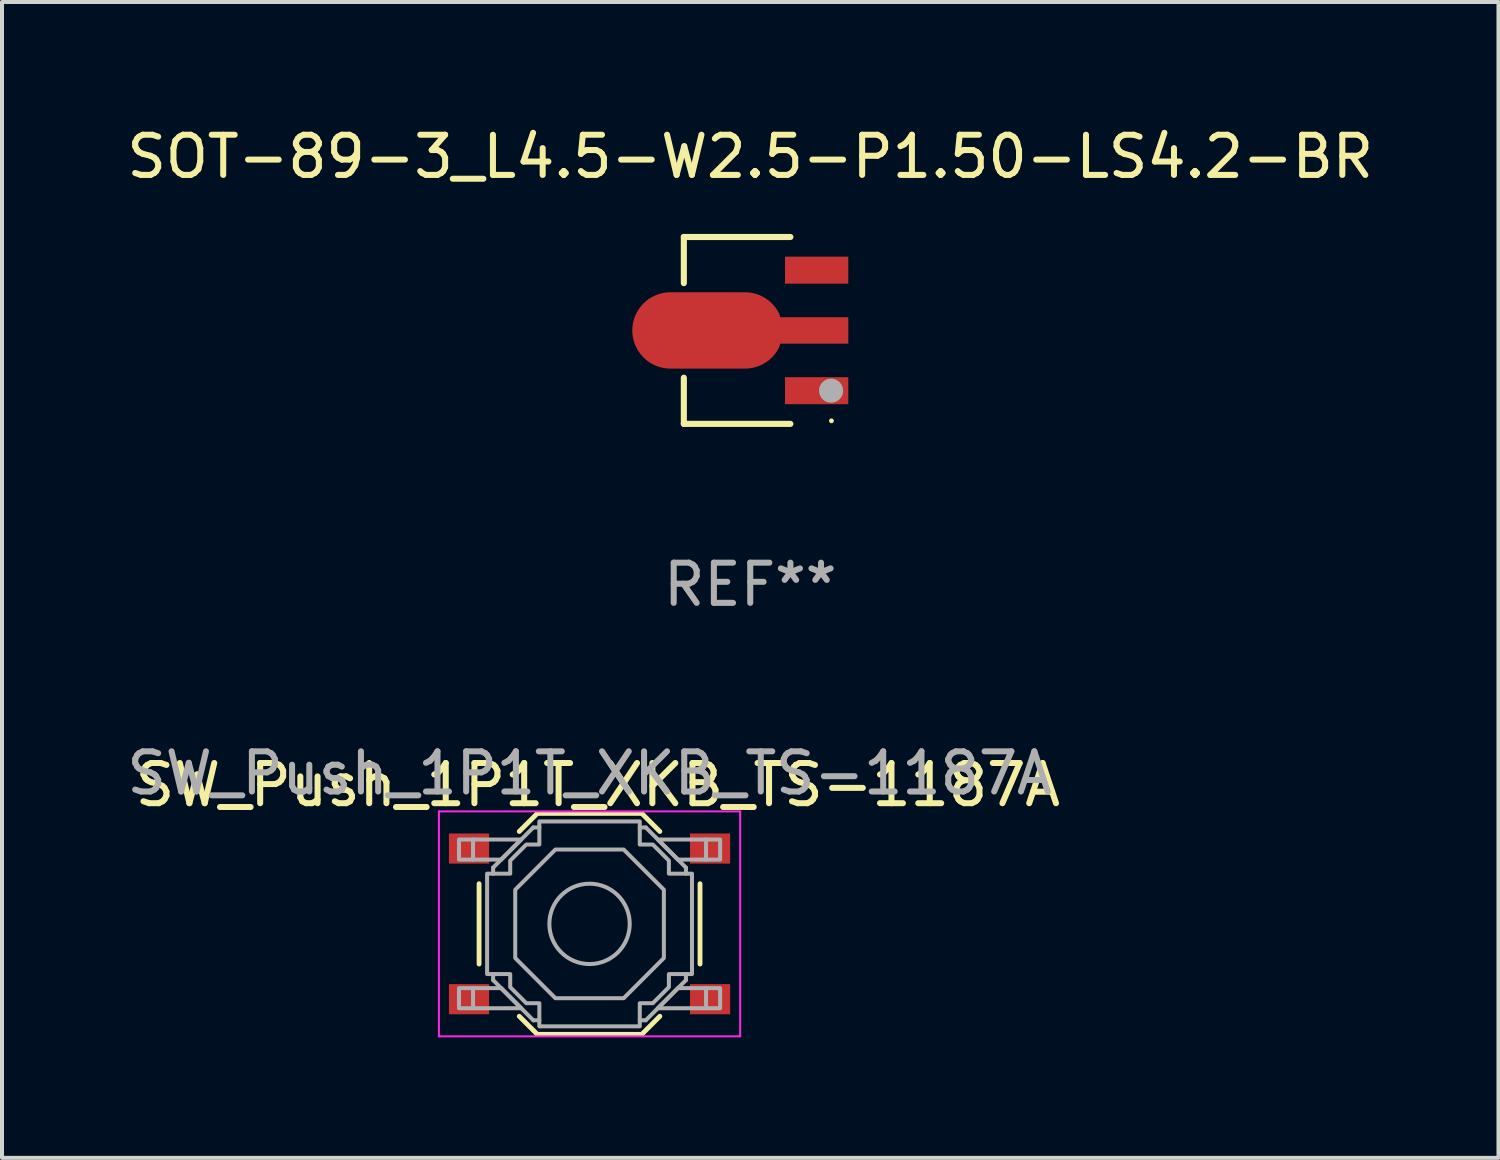
<source format=kicad_pcb>
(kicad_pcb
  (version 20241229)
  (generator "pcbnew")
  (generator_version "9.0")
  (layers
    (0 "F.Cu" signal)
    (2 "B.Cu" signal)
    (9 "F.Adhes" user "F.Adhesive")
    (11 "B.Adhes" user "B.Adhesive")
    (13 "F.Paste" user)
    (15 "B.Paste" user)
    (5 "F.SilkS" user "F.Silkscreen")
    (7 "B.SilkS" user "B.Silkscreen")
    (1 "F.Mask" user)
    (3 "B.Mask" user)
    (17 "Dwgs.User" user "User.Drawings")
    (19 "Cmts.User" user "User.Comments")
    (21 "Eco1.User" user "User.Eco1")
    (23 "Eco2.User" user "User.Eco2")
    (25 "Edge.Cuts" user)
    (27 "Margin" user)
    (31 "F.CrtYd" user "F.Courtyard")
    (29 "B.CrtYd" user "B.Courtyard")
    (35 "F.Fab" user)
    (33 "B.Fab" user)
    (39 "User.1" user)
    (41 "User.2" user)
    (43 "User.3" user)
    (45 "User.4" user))
  (footprint "SW_Push_1P1T_XKB_TS-1187A"
    (layer "F.Cu")
    (at 11.625 19.947)
    (property "Reference" "SW_Push_1P1T_XKB_TS-1187A" (at 0.206 -3.459 180) (layer "F.SilkS") (effects (font (size 1 1) (thickness 0.15))))
    (attr smd)
    (fp_line (start -2.75 -1) (end -2.75 1) (stroke (width 0.12) (type solid)) (layer "F.SilkS"))
    (fp_line (start -1.75 -2.3) (end -1.3 -2.75) (stroke (width 0.12) (type solid)) (layer "F.SilkS"))
    (fp_line (start -1.75 2.3) (end -1.3 2.75) (stroke (width 0.12) (type solid)) (layer "F.SilkS"))
    (fp_line (start -1.3 -2.75) (end 1.3 -2.75) (stroke (width 0.12) (type solid)) (layer "F.SilkS"))
    (fp_line (start -1.3 2.75) (end 1.3 2.75) (stroke (width 0.12) (type solid)) (layer "F.SilkS"))
    (fp_line (start 1.75 -2.3) (end 1.3 -2.75) (stroke (width 0.12) (type solid)) (layer "F.SilkS"))
    (fp_line (start 1.75 2.3) (end 1.3 2.75) (stroke (width 0.12) (type solid)) (layer "F.SilkS"))
    (fp_line (start 2.75 -1) (end 2.75 1) (stroke (width 0.12) (type solid)) (layer "F.SilkS"))
    (fp_line (start -3.75 -2.8) (end 3.75 -2.8) (stroke (width 0.05) (type solid)) (layer "F.CrtYd"))
    (fp_line (start -3.75 2.8) (end -3.75 -2.8) (stroke (width 0.05) (type solid)) (layer "F.CrtYd"))
    (fp_line (start 3.75 -2.8) (end 3.75 2.8) (stroke (width 0.05) (type solid)) (layer "F.CrtYd"))
    (fp_line (start 3.75 2.8) (end -3.75 2.8) (stroke (width 0.05) (type solid)) (layer "F.CrtYd"))
    (fp_line (start -2.9 2.1) (end -2.9 1.6) (stroke (width 0.1) (type solid)) (layer "F.Fab"))
    (fp_line (start -2.9 -2.1) (end -2.9 -1.6) (stroke (width 0.1) (type solid)) (layer "F.Fab"))
    (fp_line (start -2.4 -1.25) (end -2.4 -1.4) (stroke (width 0.1) (type solid)) (layer "F.Fab"))
    (fp_line (start -2.4 -1.4) (end -1.4 -2.4) (stroke (width 0.1) (type solid)) (layer "F.Fab"))
    (fp_line (start -2.4 1.4) (end -2.4 1.25) (stroke (width 0.1) (type solid)) (layer "F.Fab"))
    (fp_line (start -1.4 -2.4) (end -1.25 -2.4) (stroke (width 0.1) (type solid)) (layer "F.Fab"))
    (fp_line (start -1.4 2.4) (end -2.4 1.4) (stroke (width 0.1) (type solid)) (layer "F.Fab"))
    (fp_line (start -1.25 2.4) (end -1.4 2.4) (stroke (width 0.1) (type solid)) (layer "F.Fab"))
    (fp_line (start 1.25 -2.4) (end 1.4 -2.4) (stroke (width 0.1) (type solid)) (layer "F.Fab"))
    (fp_line (start 1.4 -2.4) (end 2.4 -1.4) (stroke (width 0.1) (type solid)) (layer "F.Fab"))
    (fp_line (start 1.4 2.4) (end 1.25 2.4) (stroke (width 0.1) (type solid)) (layer "F.Fab"))
    (fp_line (start 2.4 -1.4) (end 2.4 -1.25) (stroke (width 0.1) (type solid)) (layer "F.Fab"))
    (fp_line (start 2.4 1.4) (end 1.4 2.4) (stroke (width 0.1) (type solid)) (layer "F.Fab"))
    (fp_line (start 2.4 1.25) (end 2.4 1.4) (stroke (width 0.1) (type solid)) (layer "F.Fab"))
    (fp_line (start 2.9 2.1) (end 2.9 1.6) (stroke (width 0.1) (type solid)) (layer "F.Fab"))
    (fp_line (start 2.9 -2.1) (end 2.9 -1.6) (stroke (width 0.1) (type solid)) (layer "F.Fab"))
    (fp_circle (center 0 0) (end 1 0) (stroke (width 0.1) (type solid)) (fill no) (layer "F.Fab"))
    (fp_poly (pts (xy -1.7 2.1) (xy -2.2 1.6) (xy -3.25 1.6) (xy -3.25 2.1)) (stroke (width 0.1) (type solid)) (fill no) (layer "F.Fab"))
    (fp_poly (pts (xy -1.7 -2.1) (xy -2.2 -1.6) (xy -3.25 -1.6) (xy -3.25 -2.1)) (stroke (width 0.1) (type solid)) (fill no) (layer "F.Fab"))
    (fp_poly (pts (xy 1.7 2.1) (xy 2.2 1.6) (xy 3.25 1.6) (xy 3.25 2.1)) (stroke (width 0.1) (type solid)) (fill no) (layer "F.Fab"))
    (fp_poly (pts (xy 1.7 -2.1) (xy 2.2 -1.6) (xy 3.25 -1.6) (xy 3.25 -2.1)) (stroke (width 0.1) (type solid)) (fill no) (layer "F.Fab"))
    (fp_poly (pts (xy 0.85 -1.85) (xy 1.85 -0.85) (xy 1.85 0.85) (xy 0.85 1.85) (xy -0.85 1.85) (xy -1.85 0.85) (xy -1.85 -0.85) (xy -0.85 -1.85)) (stroke (width 0.1) (type solid)) (fill no) (layer "F.Fab"))
    (fp_poly (pts (xy -1.25 -2.55) (xy 1.25 -2.55) (xy 1.25 -1.975) (xy 1.575 -1.975) (xy 1.975 -1.575) (xy 1.975 -1.25) (xy 2.55 -1.25) (xy 2.55 1.25) (xy 1.975 1.25) (xy 1.975 1.575) (xy 1.575 1.975) (xy 1.25 1.975) (xy 1.25 2.55) (xy -1.25 2.55) (xy -1.25 1.975) (xy -1.575 1.975) (xy -1.975 1.575) (xy -1.975 1.25) (xy -2.55 1.25) (xy -2.55 -1.25) (xy -1.975 -1.25) (xy -1.975 -1.575) (xy -1.575 -1.975) (xy -1.25 -1.975)) (stroke (width 0.1) (type solid)) (fill no) (layer "F.Fab"))
    (fp_text user "${REFERENCE}" (at -0.000003 -3.75 180) (layer "F.Fab") (effects (font (size 1 1) (thickness 0.15))))
    (pad "1" smd rect (at -3 -1.875) (size 1 0.75) (layers "F.Cu" "F.Mask" "F.Paste"))
    (pad "1" smd rect (at 3 -1.875) (size 1 0.75) (layers "F.Cu" "F.Mask" "F.Paste"))
    (pad "2" smd rect (at -3 1.875) (size 1 0.75) (layers "F.Cu" "F.Mask" "F.Paste"))
    (pad "2" smd rect (at 3 1.875) (size 1 0.75) (layers "F.Cu" "F.Mask" "F.Paste")))
  (footprint "SOT-89-3_L4.5-W2.5-P1.50-LS4.2-BR"
    (layer "F.Cu")
    (at 15.922 5.175)
    (property "Reference" "SOT-89-3_L4.5-W2.5-P1.50-LS4.2-BR" (at -0.297 -4.326 0) (layer "F.SilkS") (effects (font (size 1 1) (thickness 0.15))))
    (attr smd)
    (fp_line (start -1.95 2.326) (end 0.702 2.326) (stroke (width 0.152) (type solid)) (layer "F.SilkS"))
    (fp_line (start -1.95 1.177) (end -1.95 2.326) (stroke (width 0.152) (type solid)) (layer "F.SilkS"))
    (fp_line (start -1.95 -2.326) (end 0.702 -2.326) (stroke (width 0.152) (type solid)) (layer "F.SilkS"))
    (fp_line (start -1.95 -1.177) (end -1.95 -2.326) (stroke (width 0.152) (type solid)) (layer "F.SilkS"))
    (fp_circle (center 1.724 2.25) (end 1.754 2.25) (stroke (width 0.06) (type solid)) (fill no) (layer "F.SilkS"))
    (fp_circle (center 1.715 1.5) (end 1.865 1.5) (stroke (width 0.3) (type solid)) (fill no) (layer "F.Fab"))
    (fp_text user "REF**" (at -0.297 6.326 0) (layer "F.Fab") (effects (font (size 1 1) (thickness 0.15))))
    (pad "1" smd rect (at 1.356 1.5) (size 1.575 0.672) (layers "F.Cu" "F.Mask" "F.Paste"))
    (pad "2" smd custom (at -1.356 0.000129) (size 0.1 0.1) (layers "F.Cu" "F.Mask" "F.Paste") (options (anchor circle)) (primitives (gr_poly (pts (xy -0.927 -0.95) (xy 0.927 -0.95) (xy 0.972 -0.949) (xy 1.016 -0.946) (xy 1.06 -0.941) (xy 1.104 -0.933) (xy 1.148 -0.924) (xy 1.191 -0.913) (xy 1.233 -0.899) (xy 1.275 -0.884) (xy 1.316 -0.867) (xy 1.357 -0.847) (xy 1.396 -0.826) (xy 1.434 -0.803) (xy 1.471 -0.779) (xy 1.507 -0.753) (xy 1.542 -0.725) (xy 1.575 -0.695) (xy 1.607 -0.664) (xy 1.637 -0.631) (xy 1.666 -0.597) (xy 1.693 -0.562) (xy 1.719 -0.525) (xy 1.742 -0.488) (xy 1.764 -0.449) (xy 1.785 -0.409) (xy 1.803 -0.33) (xy 3.5 -0.33) (xy 3.5 0.33) (xy 1.803 0.33) (xy 1.785 0.409) (xy 1.764 0.449) (xy 1.742 0.488) (xy 1.719 0.526) (xy 1.693 0.562) (xy 1.666 0.597) (xy 1.637 0.631) (xy 1.607 0.664) (xy 1.575 0.695) (xy 1.542 0.725) (xy 1.507 0.753) (xy 1.471 0.779) (xy 1.434 0.804) (xy 1.396 0.826) (xy 1.357 0.848) (xy 1.316 0.867) (xy 1.275 0.884) (xy 1.233 0.899) (xy 1.191 0.913) (xy 1.148 0.924) (xy 1.104 0.933) (xy 1.06 0.941) (xy 1.016 0.946) (xy 0.972 0.949) (xy 0.927 0.95) (xy -0.927 0.95) (xy -0.972 0.949) (xy -1.016 0.946) (xy -1.06 0.941) (xy -1.104 0.933) (xy -1.148 0.924) (xy -1.191 0.913) (xy -1.233 0.899) (xy -1.275 0.884) (xy -1.316 0.867) (xy -1.356 0.848) (xy -1.396 0.826) (xy -1.434 0.804) (xy -1.471 0.779) (xy -1.507 0.753) (xy -1.541 0.725) (xy -1.575 0.695) (xy -1.607 0.664) (xy -1.637 0.631) (xy -1.666 0.597) (xy -1.693 0.562) (xy -1.718 0.526) (xy -1.742 0.488) (xy -1.764 0.449) (xy -1.784 0.409) (xy -1.803 0.369) (xy -1.819 0.327) (xy -1.833 0.285) (xy -1.846 0.242) (xy -1.856 0.199) (xy -1.864 0.155) (xy -1.87 0.111) (xy -1.875 0.067) (xy -1.877 0.022) (xy -1.877 -0.022) (xy -1.875 -0.067) (xy -1.87 -0.111) (xy -1.864 -0.155) (xy -1.856 -0.199) (xy -1.846 -0.242) (xy -1.833 -0.285) (xy -1.819 -0.327) (xy -1.803 -0.369) (xy -1.784 -0.409) (xy -1.764 -0.449) (xy -1.742 -0.488) (xy -1.718 -0.525) (xy -1.693 -0.562) (xy -1.666 -0.597) (xy -1.637 -0.631) (xy -1.607 -0.664) (xy -1.575 -0.695) (xy -1.541 -0.725) (xy -1.507 -0.753) (xy -1.471 -0.779) (xy -1.434 -0.803) (xy -1.396 -0.826) (xy -1.356 -0.847) (xy -1.316 -0.867) (xy -1.275 -0.884) (xy -1.233 -0.899) (xy -1.191 -0.913) (xy -1.148 -0.924) (xy -1.104 -0.933) (xy -1.06 -0.941) (xy -1.016 -0.946) (xy -0.972 -0.949) (xy -0.927 -0.95)) (width 0) (fill yes))))
    (pad "3" smd rect (at 1.356 -1.5) (size 1.575 0.672) (layers "F.Cu" "F.Mask" "F.Paste")))
  (gr_rect
    (start -3 -3)
    (end 34.25 25.772)
    (stroke (width 0.1) (type default))
    (fill no)
    (layer "Edge.Cuts")))
</source>
